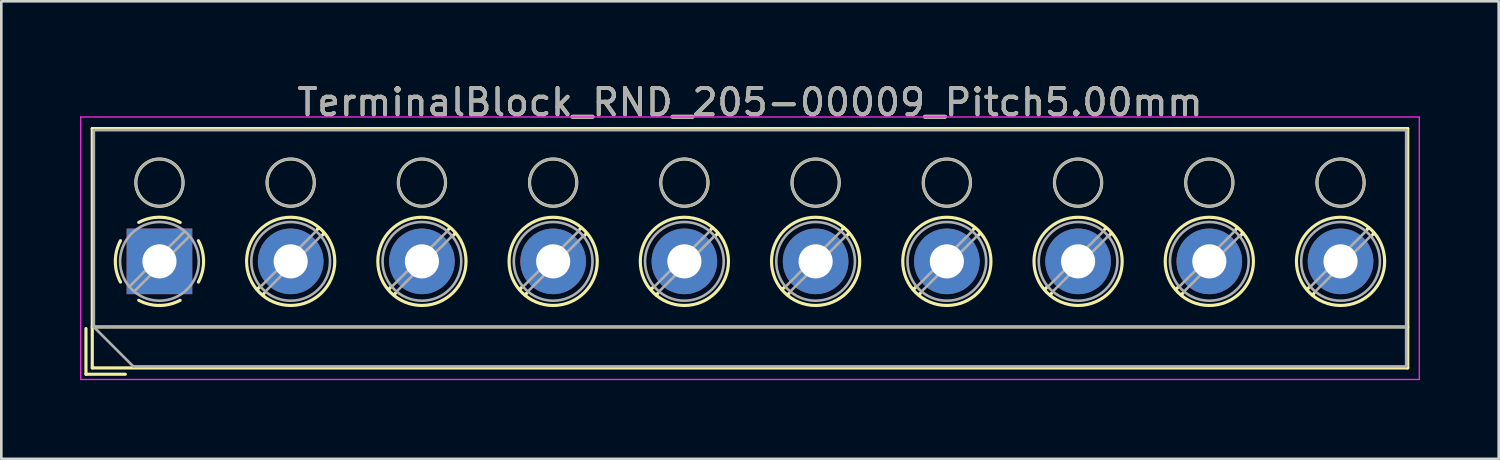
<source format=kicad_pcb>
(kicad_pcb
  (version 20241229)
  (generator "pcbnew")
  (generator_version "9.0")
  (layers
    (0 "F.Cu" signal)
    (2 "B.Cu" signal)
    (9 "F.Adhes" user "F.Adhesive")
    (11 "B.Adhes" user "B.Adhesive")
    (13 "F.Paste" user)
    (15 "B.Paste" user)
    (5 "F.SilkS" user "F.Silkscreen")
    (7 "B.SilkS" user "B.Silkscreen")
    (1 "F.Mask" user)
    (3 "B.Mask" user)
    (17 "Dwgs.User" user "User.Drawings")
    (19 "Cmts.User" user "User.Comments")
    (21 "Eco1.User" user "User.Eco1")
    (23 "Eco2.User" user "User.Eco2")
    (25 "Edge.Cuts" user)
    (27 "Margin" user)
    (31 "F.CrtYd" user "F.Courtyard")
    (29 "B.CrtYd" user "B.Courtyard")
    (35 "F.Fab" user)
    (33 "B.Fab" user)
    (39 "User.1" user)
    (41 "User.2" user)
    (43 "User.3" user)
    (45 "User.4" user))
  (footprint "TerminalBlock_RND_205-00009_Pitch5.00mm"
    (layer "F.Cu")
    (at 3.025 6.908)
    (property "Reference" "TerminalBlock_RND_205-00009_Pitch5.00mm" (at 22.5 -6.06 0) (layer "F.SilkS") (effects (font (size 1 1) (thickness 0.15))))
    (attr through_hole)
    (fp_line (start -2.8 2.56) (end -2.8 4.3) (stroke (width 0.12) (type solid)) (layer "F.SilkS"))
    (fp_line (start -2.8 4.3) (end -1.3 4.3) (stroke (width 0.12) (type solid)) (layer "F.SilkS"))
    (fp_line (start -2.56 -5.06) (end -2.56 4.06) (stroke (width 0.12) (type solid)) (layer "F.SilkS"))
    (fp_line (start -2.56 2.5) (end 47.56 2.5) (stroke (width 0.12) (type solid)) (layer "F.SilkS"))
    (fp_line (start -2.56 4.06) (end 47.56 4.06) (stroke (width 0.12) (type solid)) (layer "F.SilkS"))
    (fp_line (start 3.82 0.976) (end 3.726 1.069) (stroke (width 0.12) (type solid)) (layer "F.SilkS"))
    (fp_line (start 3.99 1.216) (end 3.931 1.274) (stroke (width 0.12) (type solid)) (layer "F.SilkS"))
    (fp_line (start 6.07 -1.275) (end 6.011 -1.216) (stroke (width 0.12) (type solid)) (layer "F.SilkS"))
    (fp_line (start 6.275 -1.069) (end 6.181 -0.976) (stroke (width 0.12) (type solid)) (layer "F.SilkS"))
    (fp_line (start 8.82 0.976) (end 8.726 1.069) (stroke (width 0.12) (type solid)) (layer "F.SilkS"))
    (fp_line (start 8.99 1.216) (end 8.931 1.274) (stroke (width 0.12) (type solid)) (layer "F.SilkS"))
    (fp_line (start 11.07 -1.275) (end 11.011 -1.216) (stroke (width 0.12) (type solid)) (layer "F.SilkS"))
    (fp_line (start 11.275 -1.069) (end 11.181 -0.976) (stroke (width 0.12) (type solid)) (layer "F.SilkS"))
    (fp_line (start 13.82 0.976) (end 13.726 1.069) (stroke (width 0.12) (type solid)) (layer "F.SilkS"))
    (fp_line (start 13.99 1.216) (end 13.931 1.274) (stroke (width 0.12) (type solid)) (layer "F.SilkS"))
    (fp_line (start 16.07 -1.275) (end 16.011 -1.216) (stroke (width 0.12) (type solid)) (layer "F.SilkS"))
    (fp_line (start 16.275 -1.069) (end 16.181 -0.976) (stroke (width 0.12) (type solid)) (layer "F.SilkS"))
    (fp_line (start 18.82 0.976) (end 18.726 1.069) (stroke (width 0.12) (type solid)) (layer "F.SilkS"))
    (fp_line (start 18.99 1.216) (end 18.931 1.274) (stroke (width 0.12) (type solid)) (layer "F.SilkS"))
    (fp_line (start 21.07 -1.275) (end 21.011 -1.216) (stroke (width 0.12) (type solid)) (layer "F.SilkS"))
    (fp_line (start 21.275 -1.069) (end 21.181 -0.976) (stroke (width 0.12) (type solid)) (layer "F.SilkS"))
    (fp_line (start 23.82 0.976) (end 23.726 1.069) (stroke (width 0.12) (type solid)) (layer "F.SilkS"))
    (fp_line (start 23.99 1.216) (end 23.931 1.274) (stroke (width 0.12) (type solid)) (layer "F.SilkS"))
    (fp_line (start 26.07 -1.275) (end 26.011 -1.216) (stroke (width 0.12) (type solid)) (layer "F.SilkS"))
    (fp_line (start 26.275 -1.069) (end 26.181 -0.976) (stroke (width 0.12) (type solid)) (layer "F.SilkS"))
    (fp_line (start 28.82 0.976) (end 28.726 1.069) (stroke (width 0.12) (type solid)) (layer "F.SilkS"))
    (fp_line (start 28.99 1.216) (end 28.931 1.274) (stroke (width 0.12) (type solid)) (layer "F.SilkS"))
    (fp_line (start 31.07 -1.275) (end 31.011 -1.216) (stroke (width 0.12) (type solid)) (layer "F.SilkS"))
    (fp_line (start 31.275 -1.069) (end 31.181 -0.976) (stroke (width 0.12) (type solid)) (layer "F.SilkS"))
    (fp_line (start 33.82 0.976) (end 33.726 1.069) (stroke (width 0.12) (type solid)) (layer "F.SilkS"))
    (fp_line (start 33.99 1.216) (end 33.931 1.274) (stroke (width 0.12) (type solid)) (layer "F.SilkS"))
    (fp_line (start 36.07 -1.275) (end 36.011 -1.216) (stroke (width 0.12) (type solid)) (layer "F.SilkS"))
    (fp_line (start 36.275 -1.069) (end 36.181 -0.976) (stroke (width 0.12) (type solid)) (layer "F.SilkS"))
    (fp_line (start 38.82 0.976) (end 38.726 1.069) (stroke (width 0.12) (type solid)) (layer "F.SilkS"))
    (fp_line (start 38.99 1.216) (end 38.931 1.274) (stroke (width 0.12) (type solid)) (layer "F.SilkS"))
    (fp_line (start 41.07 -1.275) (end 41.011 -1.216) (stroke (width 0.12) (type solid)) (layer "F.SilkS"))
    (fp_line (start 41.275 -1.069) (end 41.181 -0.976) (stroke (width 0.12) (type solid)) (layer "F.SilkS"))
    (fp_line (start 43.82 0.976) (end 43.726 1.069) (stroke (width 0.12) (type solid)) (layer "F.SilkS"))
    (fp_line (start 43.99 1.216) (end 43.931 1.274) (stroke (width 0.12) (type solid)) (layer "F.SilkS"))
    (fp_line (start 46.07 -1.275) (end 46.011 -1.216) (stroke (width 0.12) (type solid)) (layer "F.SilkS"))
    (fp_line (start 46.275 -1.069) (end 46.181 -0.976) (stroke (width 0.12) (type solid)) (layer "F.SilkS"))
    (fp_line (start 47.56 -5.06) (end -2.56 -5.06) (stroke (width 0.12) (type solid)) (layer "F.SilkS"))
    (fp_line (start 47.56 4.06) (end 47.56 -5.06) (stroke (width 0.12) (type solid)) (layer "F.SilkS"))
    (fp_arc (start -1.483953 0.789089) (mid -1.680708 0.00005) (end -1.484 -0.789) (stroke (width 0.12) (type solid)) (layer "F.SilkS"))
    (fp_arc (start -0.789089 -1.483953) (mid -0.00005 -1.680708) (end 0.789 -1.484) (stroke (width 0.12) (type solid)) (layer "F.SilkS"))
    (fp_arc (start 0.029383 1.68045) (mid -0.392304 1.634281) (end -0.789 1.484) (stroke (width 0.12) (type solid)) (layer "F.SilkS"))
    (fp_arc (start 0.788712 1.483352) (mid 0.406429 1.630097) (end 0 1.68) (stroke (width 0.12) (type solid)) (layer "F.SilkS"))
    (fp_arc (start 1.483953 -0.789089) (mid 1.680708 -0.00005) (end 1.484 0.789) (stroke (width 0.12) (type solid)) (layer "F.SilkS"))
    (fp_circle (center 0 -3) (end 0.9 -3) (stroke (width 0.12) (type solid)) (fill no) (layer "F.SilkS"))
    (fp_circle (center 5 -3) (end 5.9 -3) (stroke (width 0.12) (type solid)) (fill no) (layer "F.SilkS"))
    (fp_circle (center 5 0) (end 6.68 0) (stroke (width 0.12) (type solid)) (fill no) (layer "F.SilkS"))
    (fp_circle (center 10 -3) (end 10.9 -3) (stroke (width 0.12) (type solid)) (fill no) (layer "F.SilkS"))
    (fp_circle (center 10 0) (end 11.68 0) (stroke (width 0.12) (type solid)) (fill no) (layer "F.SilkS"))
    (fp_circle (center 15 -3) (end 15.9 -3) (stroke (width 0.12) (type solid)) (fill no) (layer "F.SilkS"))
    (fp_circle (center 15 0) (end 16.68 0) (stroke (width 0.12) (type solid)) (fill no) (layer "F.SilkS"))
    (fp_circle (center 20 -3) (end 20.9 -3) (stroke (width 0.12) (type solid)) (fill no) (layer "F.SilkS"))
    (fp_circle (center 20 0) (end 21.68 0) (stroke (width 0.12) (type solid)) (fill no) (layer "F.SilkS"))
    (fp_circle (center 25 -3) (end 25.9 -3) (stroke (width 0.12) (type solid)) (fill no) (layer "F.SilkS"))
    (fp_circle (center 25 0) (end 26.68 0) (stroke (width 0.12) (type solid)) (fill no) (layer "F.SilkS"))
    (fp_circle (center 30 -3) (end 30.9 -3) (stroke (width 0.12) (type solid)) (fill no) (layer "F.SilkS"))
    (fp_circle (center 30 0) (end 31.68 0) (stroke (width 0.12) (type solid)) (fill no) (layer "F.SilkS"))
    (fp_circle (center 35 -3) (end 35.9 -3) (stroke (width 0.12) (type solid)) (fill no) (layer "F.SilkS"))
    (fp_circle (center 35 0) (end 36.68 0) (stroke (width 0.12) (type solid)) (fill no) (layer "F.SilkS"))
    (fp_circle (center 40 -3) (end 40.9 -3) (stroke (width 0.12) (type solid)) (fill no) (layer "F.SilkS"))
    (fp_circle (center 40 0) (end 41.68 0) (stroke (width 0.12) (type solid)) (fill no) (layer "F.SilkS"))
    (fp_circle (center 45 -3) (end 45.9 -3) (stroke (width 0.12) (type solid)) (fill no) (layer "F.SilkS"))
    (fp_circle (center 45 0) (end 46.68 0) (stroke (width 0.12) (type solid)) (fill no) (layer "F.SilkS"))
    (fp_line (start -3 -5.5) (end -3 4.5) (stroke (width 0.05) (type solid)) (layer "F.CrtYd"))
    (fp_line (start -3 4.5) (end 48 4.5) (stroke (width 0.05) (type solid)) (layer "F.CrtYd"))
    (fp_line (start 48 -5.5) (end -3 -5.5) (stroke (width 0.05) (type solid)) (layer "F.CrtYd"))
    (fp_line (start 48 4.5) (end 48 -5.5) (stroke (width 0.05) (type solid)) (layer "F.CrtYd"))
    (fp_line (start -2.5 -5) (end 47.5 -5) (stroke (width 0.1) (type solid)) (layer "F.Fab"))
    (fp_line (start -2.5 2.5) (end -2.5 -5) (stroke (width 0.1) (type solid)) (layer "F.Fab"))
    (fp_line (start -2.5 2.5) (end 47.5 2.5) (stroke (width 0.1) (type solid)) (layer "F.Fab"))
    (fp_line (start -1 4) (end -2.5 2.5) (stroke (width 0.1) (type solid)) (layer "F.Fab"))
    (fp_line (start 0.955 -1.138) (end -1.138 0.955) (stroke (width 0.1) (type solid)) (layer "F.Fab"))
    (fp_line (start 1.138 -0.955) (end -0.955 1.138) (stroke (width 0.1) (type solid)) (layer "F.Fab"))
    (fp_line (start 5.955 -1.138) (end 3.863 0.955) (stroke (width 0.1) (type solid)) (layer "F.Fab"))
    (fp_line (start 6.138 -0.955) (end 4.046 1.138) (stroke (width 0.1) (type solid)) (layer "F.Fab"))
    (fp_line (start 10.955 -1.138) (end 8.863 0.955) (stroke (width 0.1) (type solid)) (layer "F.Fab"))
    (fp_line (start 11.138 -0.955) (end 9.046 1.138) (stroke (width 0.1) (type solid)) (layer "F.Fab"))
    (fp_line (start 15.955 -1.138) (end 13.863 0.955) (stroke (width 0.1) (type solid)) (layer "F.Fab"))
    (fp_line (start 16.138 -0.955) (end 14.046 1.138) (stroke (width 0.1) (type solid)) (layer "F.Fab"))
    (fp_line (start 20.955 -1.138) (end 18.863 0.955) (stroke (width 0.1) (type solid)) (layer "F.Fab"))
    (fp_line (start 21.138 -0.955) (end 19.046 1.138) (stroke (width 0.1) (type solid)) (layer "F.Fab"))
    (fp_line (start 25.955 -1.138) (end 23.863 0.955) (stroke (width 0.1) (type solid)) (layer "F.Fab"))
    (fp_line (start 26.138 -0.955) (end 24.046 1.138) (stroke (width 0.1) (type solid)) (layer "F.Fab"))
    (fp_line (start 30.955 -1.138) (end 28.863 0.955) (stroke (width 0.1) (type solid)) (layer "F.Fab"))
    (fp_line (start 31.138 -0.955) (end 29.046 1.138) (stroke (width 0.1) (type solid)) (layer "F.Fab"))
    (fp_line (start 35.955 -1.138) (end 33.863 0.955) (stroke (width 0.1) (type solid)) (layer "F.Fab"))
    (fp_line (start 36.138 -0.955) (end 34.046 1.138) (stroke (width 0.1) (type solid)) (layer "F.Fab"))
    (fp_line (start 40.955 -1.138) (end 38.863 0.955) (stroke (width 0.1) (type solid)) (layer "F.Fab"))
    (fp_line (start 41.138 -0.955) (end 39.046 1.138) (stroke (width 0.1) (type solid)) (layer "F.Fab"))
    (fp_line (start 45.955 -1.138) (end 43.863 0.955) (stroke (width 0.1) (type solid)) (layer "F.Fab"))
    (fp_line (start 46.138 -0.955) (end 44.046 1.138) (stroke (width 0.1) (type solid)) (layer "F.Fab"))
    (fp_line (start 47.5 -5) (end 47.5 4) (stroke (width 0.1) (type solid)) (layer "F.Fab"))
    (fp_line (start 47.5 4) (end -1 4) (stroke (width 0.1) (type solid)) (layer "F.Fab"))
    (fp_circle (center 0 -3) (end 0.9 -3) (stroke (width 0.1) (type solid)) (fill no) (layer "F.Fab"))
    (fp_circle (center 0 0) (end 1.5 0) (stroke (width 0.1) (type solid)) (fill no) (layer "F.Fab"))
    (fp_circle (center 5 -3) (end 5.9 -3) (stroke (width 0.1) (type solid)) (fill no) (layer "F.Fab"))
    (fp_circle (center 5 0) (end 6.5 0) (stroke (width 0.1) (type solid)) (fill no) (layer "F.Fab"))
    (fp_circle (center 10 -3) (end 10.9 -3) (stroke (width 0.1) (type solid)) (fill no) (layer "F.Fab"))
    (fp_circle (center 10 0) (end 11.5 0) (stroke (width 0.1) (type solid)) (fill no) (layer "F.Fab"))
    (fp_circle (center 15 -3) (end 15.9 -3) (stroke (width 0.1) (type solid)) (fill no) (layer "F.Fab"))
    (fp_circle (center 15 0) (end 16.5 0) (stroke (width 0.1) (type solid)) (fill no) (layer "F.Fab"))
    (fp_circle (center 20 -3) (end 20.9 -3) (stroke (width 0.1) (type solid)) (fill no) (layer "F.Fab"))
    (fp_circle (center 20 0) (end 21.5 0) (stroke (width 0.1) (type solid)) (fill no) (layer "F.Fab"))
    (fp_circle (center 25 -3) (end 25.9 -3) (stroke (width 0.1) (type solid)) (fill no) (layer "F.Fab"))
    (fp_circle (center 25 0) (end 26.5 0) (stroke (width 0.1) (type solid)) (fill no) (layer "F.Fab"))
    (fp_circle (center 30 -3) (end 30.9 -3) (stroke (width 0.1) (type solid)) (fill no) (layer "F.Fab"))
    (fp_circle (center 30 0) (end 31.5 0) (stroke (width 0.1) (type solid)) (fill no) (layer "F.Fab"))
    (fp_circle (center 35 -3) (end 35.9 -3) (stroke (width 0.1) (type solid)) (fill no) (layer "F.Fab"))
    (fp_circle (center 35 0) (end 36.5 0) (stroke (width 0.1) (type solid)) (fill no) (layer "F.Fab"))
    (fp_circle (center 40 -3) (end 40.9 -3) (stroke (width 0.1) (type solid)) (fill no) (layer "F.Fab"))
    (fp_circle (center 40 0) (end 41.5 0) (stroke (width 0.1) (type solid)) (fill no) (layer "F.Fab"))
    (fp_circle (center 45 -3) (end 45.9 -3) (stroke (width 0.1) (type solid)) (fill no) (layer "F.Fab"))
    (fp_circle (center 45 0) (end 46.5 0) (stroke (width 0.1) (type solid)) (fill no) (layer "F.Fab"))
    (fp_text user "${REFERENCE}" (at 22.5 -6.06 0) (layer "F.Fab") (effects (font (size 1 1) (thickness 0.15))))
    (pad "1" thru_hole rect (at 0 0) (size 2.5 2.5) (drill 1.3) (layers "*.Cu" "*.Mask"))
    (pad "2" thru_hole circle (at 5 0) (size 2.5 2.5) (drill 1.3) (layers "*.Cu" "*.Mask"))
    (pad "3" thru_hole circle (at 10 0) (size 2.5 2.5) (drill 1.3) (layers "*.Cu" "*.Mask"))
    (pad "4" thru_hole circle (at 15 0) (size 2.5 2.5) (drill 1.3) (layers "*.Cu" "*.Mask"))
    (pad "5" thru_hole circle (at 20 0) (size 2.5 2.5) (drill 1.3) (layers "*.Cu" "*.Mask"))
    (pad "6" thru_hole circle (at 25 0) (size 2.5 2.5) (drill 1.3) (layers "*.Cu" "*.Mask"))
    (pad "7" thru_hole circle (at 30 0) (size 2.5 2.5) (drill 1.3) (layers "*.Cu" "*.Mask"))
    (pad "8" thru_hole circle (at 35 0) (size 2.5 2.5) (drill 1.3) (layers "*.Cu" "*.Mask"))
    (pad "9" thru_hole circle (at 40 0) (size 2.5 2.5) (drill 1.3) (layers "*.Cu" "*.Mask"))
    (pad "10" thru_hole circle (at 45 0) (size 2.5 2.5) (drill 1.3) (layers "*.Cu" "*.Mask")))
  (gr_rect
    (start -3 -3)
    (end 54.05 14.433)
    (stroke (width 0.1) (type default))
    (fill no)
    (layer "Edge.Cuts")))
</source>
